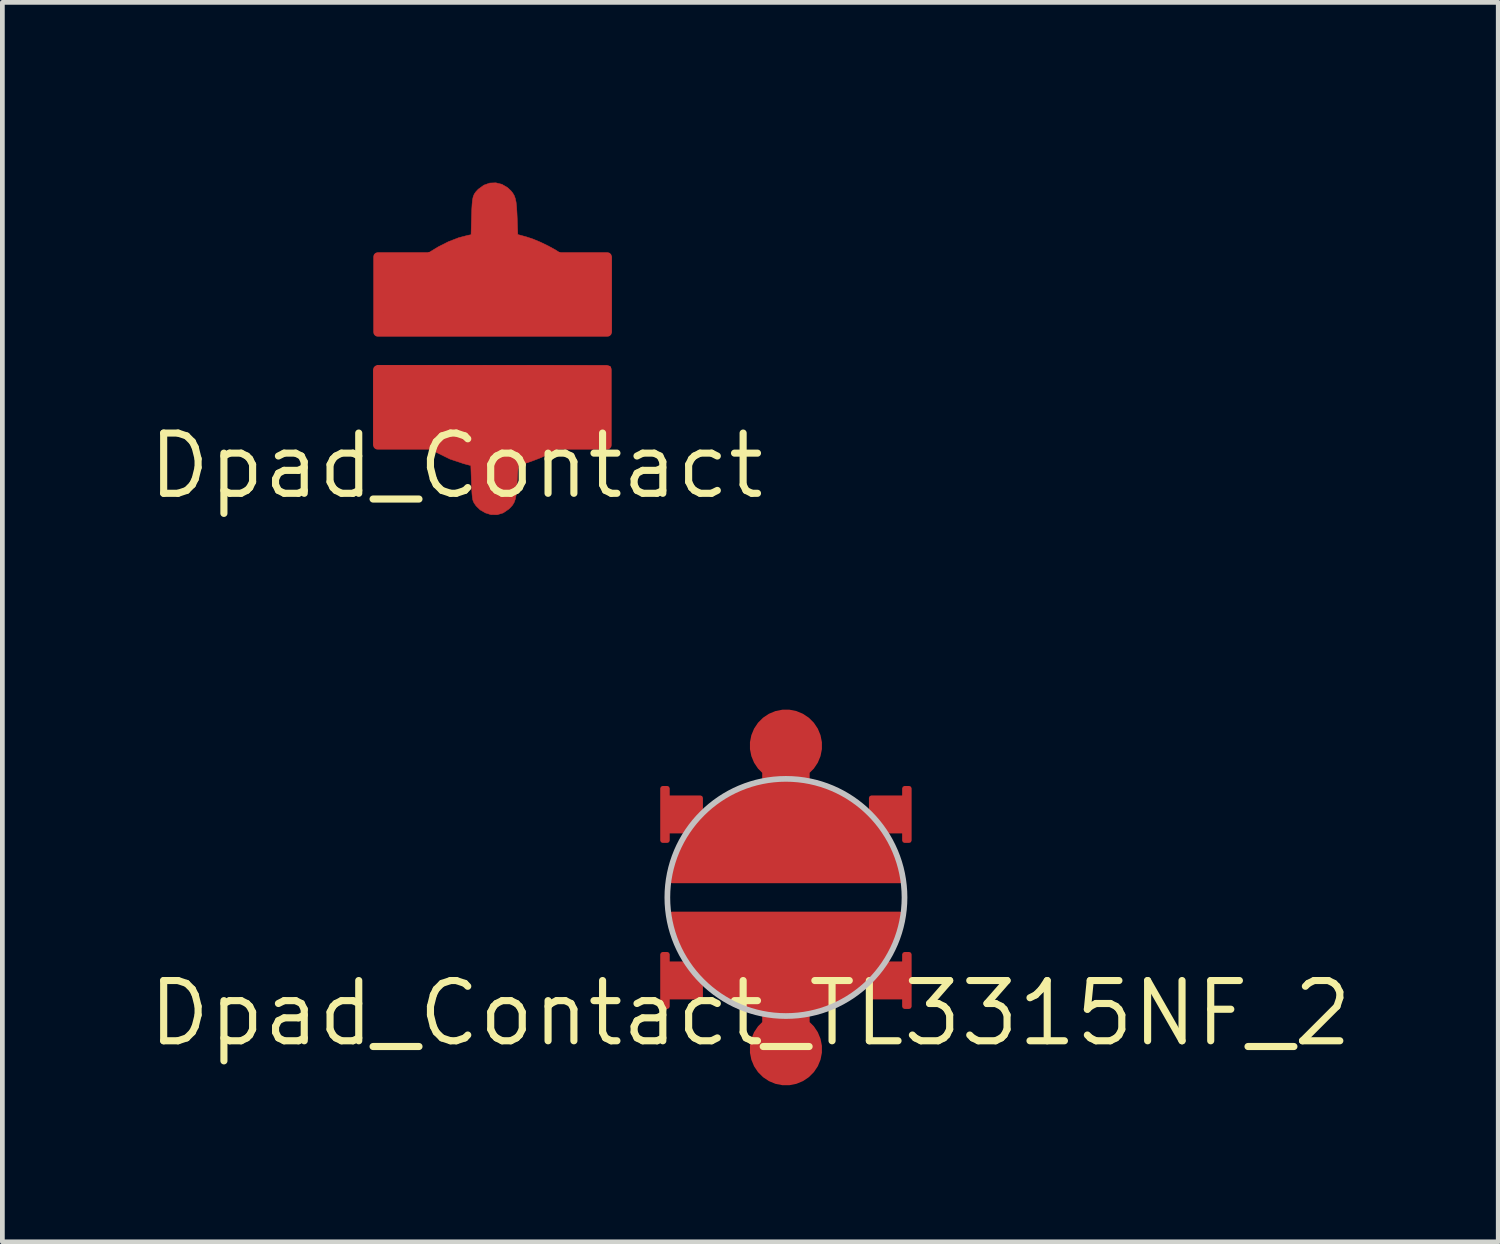
<source format=kicad_pcb>
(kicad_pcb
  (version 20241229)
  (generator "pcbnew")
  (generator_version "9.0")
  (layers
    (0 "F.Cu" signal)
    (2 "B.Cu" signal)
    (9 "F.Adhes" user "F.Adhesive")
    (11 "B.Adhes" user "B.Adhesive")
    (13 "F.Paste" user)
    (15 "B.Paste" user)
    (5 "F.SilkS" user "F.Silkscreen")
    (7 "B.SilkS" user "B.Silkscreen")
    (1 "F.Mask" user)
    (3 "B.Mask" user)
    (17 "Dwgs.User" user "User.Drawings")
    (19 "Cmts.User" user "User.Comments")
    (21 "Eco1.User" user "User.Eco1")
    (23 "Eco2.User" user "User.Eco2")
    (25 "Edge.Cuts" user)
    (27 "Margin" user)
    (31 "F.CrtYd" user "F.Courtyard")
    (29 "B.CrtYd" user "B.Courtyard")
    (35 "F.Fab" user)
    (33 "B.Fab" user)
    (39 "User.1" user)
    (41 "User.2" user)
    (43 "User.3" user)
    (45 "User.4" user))
  (footprint "Dpad_Contact_TL3315NF_2"
    (layer "F.Cu")
    (at 13.519 15.87)
    (property "Reference" "Dpad_Contact_TL3315NF_2" (at -0.751 2.442 0) (layer "F.SilkS") (effects (font (size 1.27 1.27) (thickness 0.15))))
    (attr through_hole)
    (fp_circle (center 0 -3.2) (end 1 -3.2) (stroke (width 0.12) (type solid)) (fill yes) (layer "F.Mask"))
    (fp_circle (center 0 0) (end 3.2 0) (stroke (width 0.12) (type solid)) (fill yes) (layer "F.Mask"))
    (fp_circle (center 0 3.2) (end 1 3.2) (stroke (width 0.12) (type solid)) (fill yes) (layer "F.Mask"))
    (fp_circle (center 0 0) (end 0 -2.5) (stroke (width 0.12) (type solid)) (fill no) (layer "Dwgs.User"))
    (pad "1" smd custom (at 0 3.2) (size 1.524 1.524) (layers "F.Cu" "F.Mask" "F.Paste") (options (anchor circle)) (primitives (gr_line (start 0 0) (end 0 -1.5) (width 1)) (gr_poly (pts (arc (start 2.4 -2.8) (mid 0.000001 -0.753827) (end -2.4 -2.8))) (width 0.2) (fill yes)) (gr_poly (pts (xy 2.6 -0.9) (xy 2.5 -0.9) (xy 2.5 -1.1) (xy 1.8 -1.1) (xy 1.8 -1.8) (xy 2.5 -1.8) (xy 2.5 -2) (xy 2.6 -2)) (width 0.1) (fill yes)) (gr_poly (pts (xy -2.6 -2) (xy -2.5 -2) (xy -2.5 -1.8) (xy -1.8 -1.8) (xy -1.8 -1.1) (xy -2.5 -1.1) (xy -2.5 -0.9) (xy -2.6 -0.9)) (width 0.1) (fill yes))))
    (pad "2" smd custom (at 0 -3.2) (size 1.524 1.524) (layers "F.Cu" "F.Mask" "F.Paste") (options (anchor circle)) (primitives (gr_line (start 0 0) (end 0 1.5) (width 1)) (gr_poly (pts (arc (start 2.4 2.8) (mid -0.000001 0.753827) (end -2.4 2.8))) (width 0.2) (fill yes)) (gr_poly (pts (xy -2.6 0.9) (xy -2.5 0.9) (xy -2.5 1.1) (xy -1.8 1.1) (xy -1.8 1.8) (xy -2.5 1.8) (xy -2.5 2) (xy -2.6 2)) (width 0.1) (fill yes)) (gr_poly (pts (xy 2.6 2) (xy 2.5 2) (xy 2.5 1.8) (xy 1.8 1.8) (xy 1.8 1.1) (xy 2.5 1.1) (xy 2.5 0.9) (xy 2.6 0.9)) (width 0.1) (fill yes)))))
  (footprint "Dpad_Contact"
    (layer "F.Cu")
    (at 7.32 4.328)
    (property "Reference" "Dpad_Contact" (at -0.751 2.442 0) (layer "F.SilkS") (effects (font (size 1.27 1.27) (thickness 0.15))))
    (attr through_hole)
    (fp_rect (start -2.405 0.42) (end 2.425 2) (stroke (width 0.2) (type solid)) (fill yes) (layer "F.Cu"))
    (fp_rect (start -2.4 -1.96) (end 2.43 -0.38) (stroke (width 0.2) (type solid)) (fill yes) (layer "F.Cu"))
    (fp_poly (pts (xy 0.211 -3.493) (xy 0.329 -3.424) (xy 0.4 -3.358) (xy 0.44 -3.308) (xy 0.471 -3.256) (xy 0.493 -3.195) (xy 0.51 -3.117) (xy 0.521 -3.016) (xy 0.529 -2.884) (xy 0.534 -2.774) (xy 0.546 -2.434) (xy 0.729 -2.384) (xy 0.868 -2.338) (xy 1.026 -2.272) (xy 1.189 -2.193) (xy 1.342 -2.109) (xy 1.471 -2.026) (xy 1.485 -2.016) (xy 1.739 -1.806) (xy 1.959 -1.57) (xy 2.146 -1.308) (xy 2.3 -1.019) (xy 2.373 -0.844) (xy 2.4 -0.767) (xy 2.429 -0.672) (xy 2.457 -0.571) (xy 2.482 -0.475) (xy 2.5 -0.395) (xy 2.508 -0.342) (xy 2.509 -0.336) (xy 2.501 -0.332) (xy 2.477 -0.328) (xy 2.434 -0.325) (xy 2.37 -0.322) (xy 2.284 -0.319) (xy 2.173 -0.317) (xy 2.037 -0.315) (xy 1.872 -0.313) (xy 1.677 -0.312) (xy 1.449 -0.311) (xy 1.188 -0.31) (xy 0.891 -0.31) (xy 0.556 -0.31) (xy 0.181 -0.309) (xy 0.043 -0.309) (xy -2.424 -0.309) (xy -2.414 -0.357) (xy -2.339 -0.658) (xy -2.249 -0.925) (xy -2.139 -1.165) (xy -2.006 -1.385) (xy -1.847 -1.593) (xy -1.705 -1.749) (xy -1.535 -1.903) (xy -1.34 -2.047) (xy -1.13 -2.175) (xy -0.914 -2.284) (xy -0.702 -2.366) (xy -0.511 -2.416) (xy -0.439 -2.43) (xy -0.429 -2.815) (xy -0.424 -2.966) (xy -0.417 -3.081) (xy -0.408 -3.169) (xy -0.393 -3.235) (xy -0.372 -3.286) (xy -0.341 -3.331) (xy -0.301 -3.375) (xy -0.282 -3.393) (xy -0.169 -3.475) (xy -0.045 -3.519) (xy 0.084 -3.524) (xy 0.211 -3.493)) (stroke (width 0.01) (type solid)) (fill yes) (layer "F.Cu"))
    (fp_poly (pts (xy 0.03 0.33) (xy 0.349 0.331) (xy 0.656 0.332) (xy 0.948 0.333) (xy 1.224 0.335) (xy 1.479 0.336) (xy 1.713 0.338) (xy 1.921 0.34) (xy 2.101 0.342) (xy 2.251 0.344) (xy 2.368 0.345) (xy 2.449 0.347) (xy 2.492 0.349) (xy 2.498 0.35) (xy 2.5 0.377) (xy 2.49 0.435) (xy 2.471 0.517) (xy 2.445 0.614) (xy 2.414 0.717) (xy 2.381 0.819) (xy 2.348 0.911) (xy 2.34 0.932) (xy 2.207 1.208) (xy 2.038 1.467) (xy 1.837 1.705) (xy 1.608 1.918) (xy 1.356 2.1) (xy 1.102 2.24) (xy 0.992 2.287) (xy 0.855 2.339) (xy 0.705 2.39) (xy 0.57 2.432) (xy 0.56 2.455) (xy 0.55 2.519) (xy 0.542 2.618) (xy 0.534 2.751) (xy 0.533 2.77) (xy 0.525 2.925) (xy 0.514 3.046) (xy 0.496 3.138) (xy 0.471 3.211) (xy 0.435 3.272) (xy 0.386 3.327) (xy 0.355 3.356) (xy 0.239 3.435) (xy 0.112 3.474) (xy -0.019 3.472) (xy -0.137 3.435) (xy -0.248 3.371) (xy -0.333 3.288) (xy -0.374 3.229) (xy -0.39 3.198) (xy -0.403 3.16) (xy -0.412 3.109) (xy -0.419 3.038) (xy -0.425 2.939) (xy -0.431 2.805) (xy -0.431 2.798) (xy -0.444 2.437) (xy -0.592 2.398) (xy -0.885 2.3) (xy -1.163 2.163) (xy -1.426 1.987) (xy -1.673 1.772) (xy -1.902 1.52) (xy -1.918 1.5) (xy -2.027 1.355) (xy -2.118 1.213) (xy -2.196 1.067) (xy -2.263 0.907) (xy -2.323 0.726) (xy -2.379 0.516) (xy -2.411 0.383) (xy -2.424 0.324) (xy 0.03 0.33)) (stroke (width 0.01) (type solid)) (fill yes) (layer "F.Cu"))
    (fp_poly (pts (xy 0.311 -4.3) (xy 0.514 -4.238) (xy 0.706 -4.14) (xy 0.88 -4.013) (xy 1.03 -3.861) (xy 1.148 -3.691) (xy 1.174 -3.642) (xy 1.223 -3.526) (xy 1.269 -3.382) (xy 1.309 -3.225) (xy 1.334 -3.098) (xy 1.343 -3.058) (xy 1.36 -3.027) (xy 1.393 -2.999) (xy 1.451 -2.966) (xy 1.511 -2.936) (xy 1.802 -2.767) (xy 2.081 -2.563) (xy 2.342 -2.328) (xy 2.579 -2.068) (xy 2.787 -1.788) (xy 2.858 -1.676) (xy 2.956 -1.501) (xy 3.04 -1.326) (xy 3.117 -1.134) (xy 3.157 -1.021) (xy 3.202 -0.886) (xy 3.236 -0.767) (xy 3.262 -0.657) (xy 3.28 -0.545) (xy 3.292 -0.424) (xy 3.299 -0.285) (xy 3.302 -0.118) (xy 3.303 0.019) (xy 3.302 0.177) (xy 3.301 0.3) (xy 3.299 0.397) (xy 3.294 0.474) (xy 3.286 0.541) (xy 3.275 0.604) (xy 3.259 0.671) (xy 3.242 0.738) (xy 3.125 1.114) (xy 2.975 1.463) (xy 2.792 1.785) (xy 2.576 2.08) (xy 2.328 2.349) (xy 2.046 2.591) (xy 1.732 2.806) (xy 1.558 2.906) (xy 1.475 2.951) (xy 1.408 2.989) (xy 1.364 3.014) (xy 1.35 3.022) (xy 1.343 3.045) (xy 1.329 3.1) (xy 1.312 3.176) (xy 1.304 3.218) (xy 1.237 3.45) (xy 1.14 3.654) (xy 1.01 3.833) (xy 0.847 3.987) (xy 0.82 4.008) (xy 0.619 4.134) (xy 0.407 4.222) (xy 0.187 4.269) (xy -0.037 4.276) (xy -0.222 4.251) (xy -0.421 4.187) (xy -0.611 4.088) (xy -0.784 3.958) (xy -0.936 3.804) (xy -1.06 3.63) (xy -1.151 3.442) (xy -1.173 3.374) (xy -1.197 3.284) (xy -1.217 3.193) (xy -1.227 3.137) (xy -1.24 3.037) (xy -1.424 2.938) (xy -1.647 2.809) (xy -1.844 2.675) (xy -2.031 2.526) (xy -2.22 2.351) (xy -2.255 2.316) (xy -2.505 2.043) (xy -2.715 1.758) (xy -2.889 1.458) (xy -3.028 1.137) (xy -3.136 0.792) (xy -3.167 0.662) (xy -3.185 0.58) (xy -3.197 0.504) (xy -3.206 0.426) (xy -3.212 0.336) (xy -3.215 0.226) (xy -3.216 0.088) (xy -3.217 -0.002) (xy -3.216 -0.16) (xy -3.214 -0.284) (xy -3.21 -0.383) (xy -3.203 -0.466) (xy -3.192 -0.542) (xy -3.178 -0.619) (xy -3.167 -0.667) (xy -3.066 -1.028) (xy -2.927 -1.372) (xy -2.754 -1.695) (xy -2.549 -1.996) (xy -2.312 -2.271) (xy -2.047 -2.518) (xy -1.754 -2.735) (xy -1.437 -2.919) (xy -1.429 -2.923) (xy -1.248 -3.014) (xy -1.223 -3.194) (xy -1.173 -3.418) (xy -1.088 -3.624) (xy -0.972 -3.809) (xy -0.829 -3.97) (xy -0.663 -4.105) (xy -0.478 -4.211) (xy -0.277 -4.284) (xy -0.065 -4.323) (xy 0.155 -4.323) (xy 0.311 -4.3)) (stroke (width 0.01) (type solid)) (fill yes) (layer "F.Mask")))
  (gr_rect
    (start -3 -3)
    (end 28.536 23.13)
    (stroke (width 0.1) (type default))
    (fill no)
    (layer "Edge.Cuts")))
</source>
